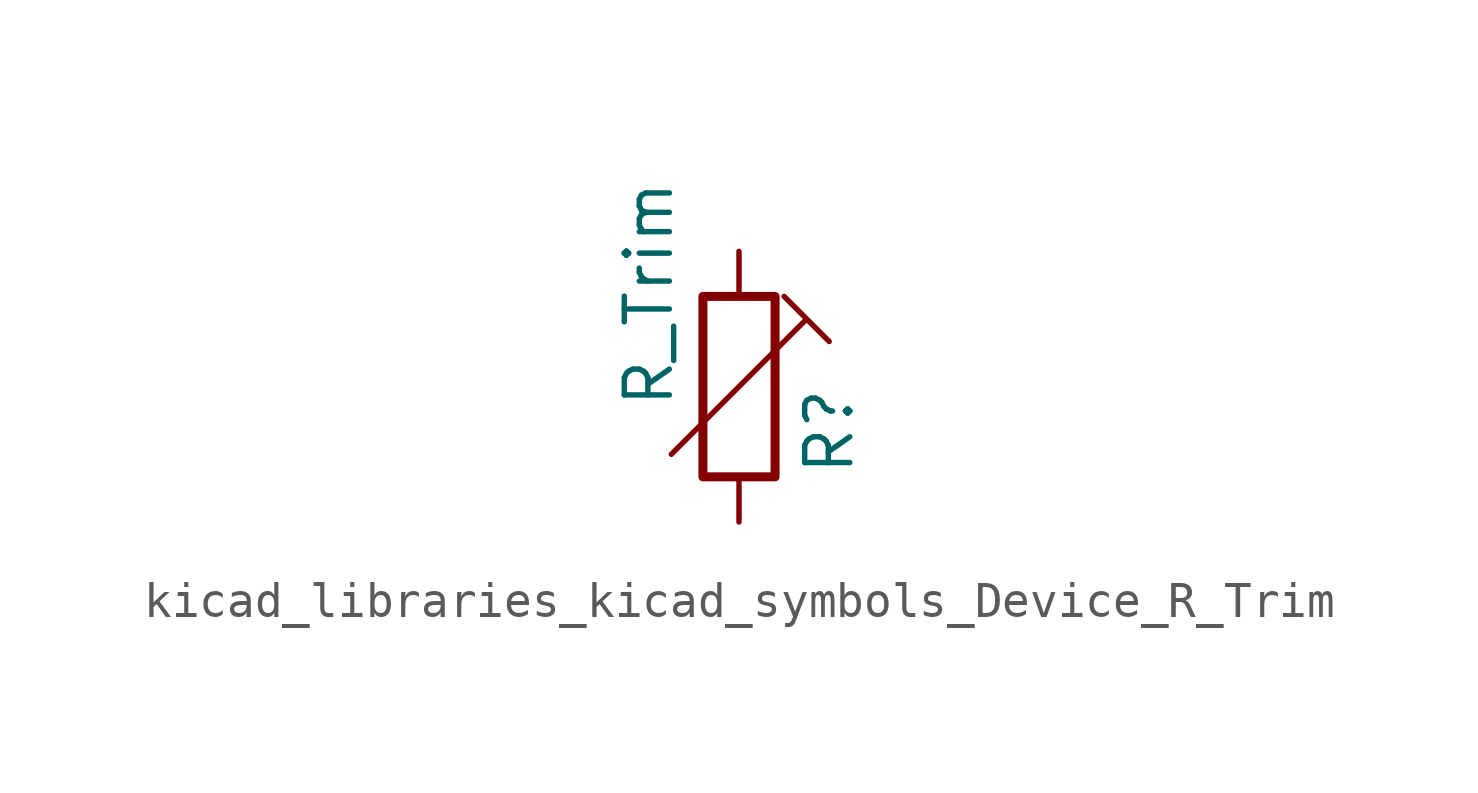
<source format=kicad_sym>
(kicad_symbol_lib
  (version 20220914)
  (generator kicad_symbol_editor)
  (symbol "kicad_libraries_kicad_symbols_Device_R_Trim"
    (pin_numbers hide)
    (pin_names
      (offset 0))
    (property "Reference" "R"
      (at 2.54 -2.54 90)
      (effects (font (size 1.27 1.27)) (justify left)))
    (property "Value" "R_Trim"
      (at -2.54 -0.635 90)
      (effects (font (size 1.27 1.27)) (justify left)))
    (symbol "kicad_libraries_kicad_symbols_Device_R_Trim_0_1"
      (rectangle (start -1.016 -2.54) (end 1.016 2.54) (stroke (width 0.254) (type default)) (fill (type none)))
      (polyline (pts (xy -1.905 -1.905) (xy 1.905 1.905) (xy 2.54 1.27) (xy 1.27 2.54)) (stroke (width 0) (type default)) (fill (type none))))
    (symbol "kicad_libraries_kicad_symbols_Device_R_Trim_1_1"
      (pin passive line (at 0 3.81 270) (length 1.27) (name "~" (effects (font (size 1.27 1.27)))) (number "1" (effects (font (size 1.27 1.27)))))
      (pin passive line (at 0 -3.81 90) (length 1.27) (name "~" (effects (font (size 1.27 1.27)))) (number "2" (effects (font (size 1.27 1.27))))))))
</source>
